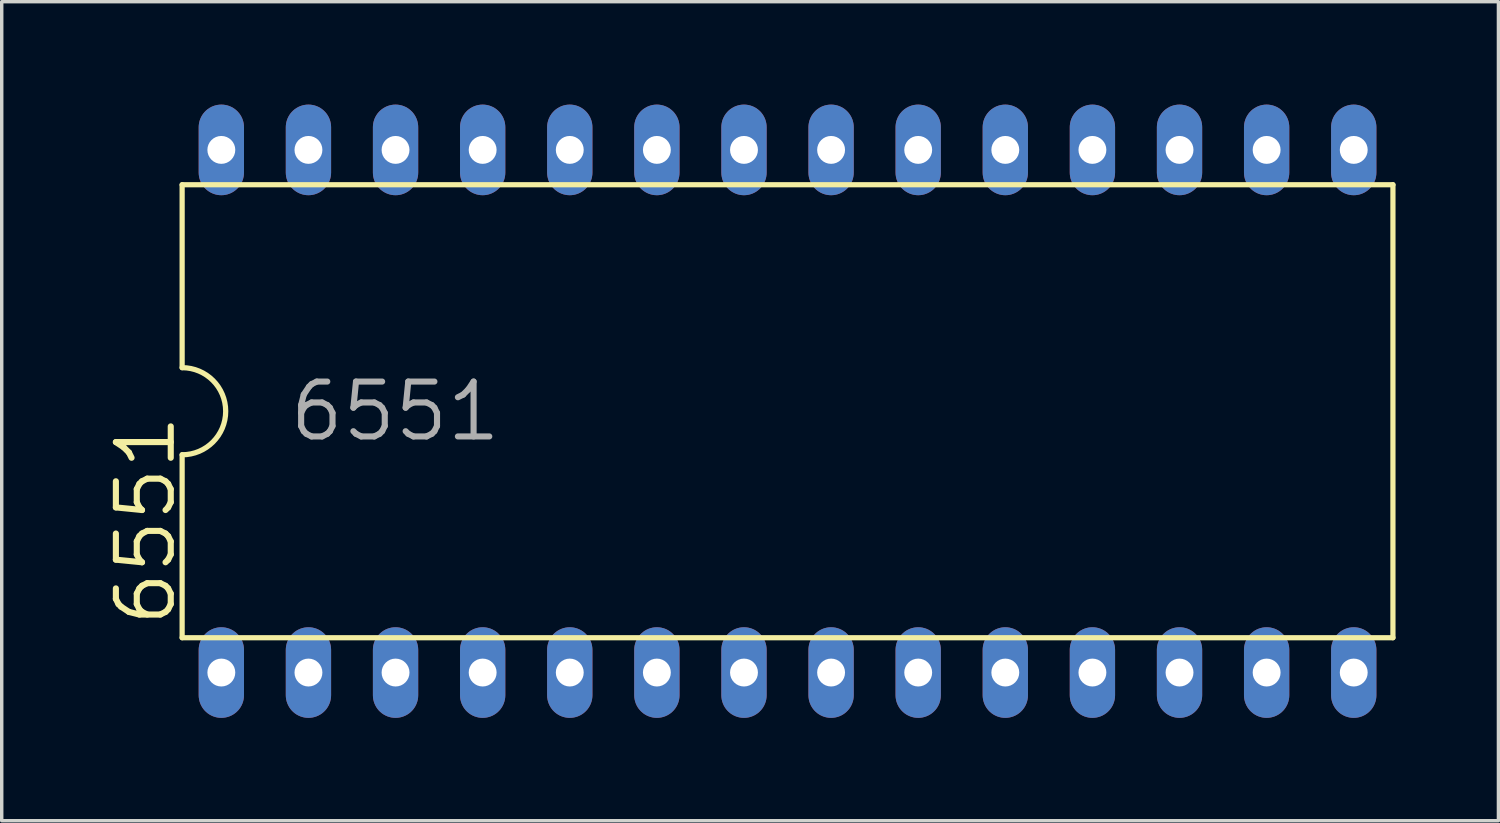
<source format=kicad_pcb>
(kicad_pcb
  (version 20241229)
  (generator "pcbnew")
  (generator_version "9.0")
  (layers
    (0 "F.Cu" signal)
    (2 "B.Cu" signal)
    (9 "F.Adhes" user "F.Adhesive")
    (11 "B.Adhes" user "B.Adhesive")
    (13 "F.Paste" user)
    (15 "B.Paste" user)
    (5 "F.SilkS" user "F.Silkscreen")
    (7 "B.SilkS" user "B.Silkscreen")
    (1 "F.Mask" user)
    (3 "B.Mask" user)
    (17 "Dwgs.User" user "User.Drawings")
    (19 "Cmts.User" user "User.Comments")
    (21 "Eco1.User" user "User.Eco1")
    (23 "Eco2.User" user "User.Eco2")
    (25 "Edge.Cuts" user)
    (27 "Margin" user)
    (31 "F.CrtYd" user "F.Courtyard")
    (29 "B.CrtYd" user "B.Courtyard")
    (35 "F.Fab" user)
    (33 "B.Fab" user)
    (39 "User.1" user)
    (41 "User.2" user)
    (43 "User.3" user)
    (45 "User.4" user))
  (footprint "6551"
    (layer "F.Cu")
    (at 19.914 8.941)
    (property "Reference" "6551" (at -17.78 6.35 90) (layer "F.SilkS") (effects (font (size 1.6 1.6) (thickness 0.178)) (justify left bottom)))
    (fp_line (start -17.653 -6.604) (end -17.653 -1.27) (stroke (width 0.152) (type solid)) (layer "F.SilkS"))
    (fp_line (start -17.653 -6.604) (end 17.653 -6.604) (stroke (width 0.152) (type solid)) (layer "F.SilkS"))
    (fp_line (start -17.653 1.27) (end -17.653 6.604) (stroke (width 0.152) (type solid)) (layer "F.SilkS"))
    (fp_line (start -17.653 6.604) (end 17.653 6.604) (stroke (width 0.152) (type solid)) (layer "F.SilkS"))
    (fp_line (start 17.653 6.604) (end 17.653 -6.604) (stroke (width 0.152) (type solid)) (layer "F.SilkS"))
    (fp_arc (start -17.653 -1.27) (mid -16.383 0) (end -17.653 1.27) (stroke (width 0.1524) (type solid)) (layer "F.SilkS"))
    (fp_text user "6551" (at -14.605 0.94 0) (layer "F.Fab") (effects (font (size 1.6 1.6) (thickness 0.178)) (justify left bottom)))
    (pad "1" thru_hole oval (at -16.51 7.62 90) (size 2.642 1.321) (drill 0.813) (layers "*.Cu" "*.Mask"))
    (pad "2" thru_hole oval (at -13.97 7.62 90) (size 2.642 1.321) (drill 0.813) (layers "*.Cu" "*.Mask"))
    (pad "3" thru_hole oval (at -11.43 7.62 90) (size 2.642 1.321) (drill 0.813) (layers "*.Cu" "*.Mask"))
    (pad "4" thru_hole oval (at -8.89 7.62 90) (size 2.642 1.321) (drill 0.813) (layers "*.Cu" "*.Mask"))
    (pad "5" thru_hole oval (at -6.35 7.62 90) (size 2.642 1.321) (drill 0.813) (layers "*.Cu" "*.Mask"))
    (pad "6" thru_hole oval (at -3.81 7.62 90) (size 2.642 1.321) (drill 0.813) (layers "*.Cu" "*.Mask"))
    (pad "7" thru_hole oval (at -1.27 7.62 90) (size 2.642 1.321) (drill 0.813) (layers "*.Cu" "*.Mask"))
    (pad "8" thru_hole oval (at 1.27 7.62 90) (size 2.642 1.321) (drill 0.813) (layers "*.Cu" "*.Mask"))
    (pad "9" thru_hole oval (at 3.81 7.62 90) (size 2.642 1.321) (drill 0.813) (layers "*.Cu" "*.Mask"))
    (pad "10" thru_hole oval (at 6.35 7.62 90) (size 2.642 1.321) (drill 0.813) (layers "*.Cu" "*.Mask"))
    (pad "11" thru_hole oval (at 8.89 7.62 90) (size 2.642 1.321) (drill 0.813) (layers "*.Cu" "*.Mask"))
    (pad "12" thru_hole oval (at 11.43 7.62 90) (size 2.642 1.321) (drill 0.813) (layers "*.Cu" "*.Mask"))
    (pad "13" thru_hole oval (at 13.97 7.62 90) (size 2.642 1.321) (drill 0.813) (layers "*.Cu" "*.Mask"))
    (pad "14" thru_hole oval (at 16.51 7.62 90) (size 2.642 1.321) (drill 0.813) (layers "*.Cu" "*.Mask"))
    (pad "15" thru_hole oval (at 16.51 -7.62 90) (size 2.642 1.321) (drill 0.813) (layers "*.Cu" "*.Mask"))
    (pad "16" thru_hole oval (at 13.97 -7.62 90) (size 2.642 1.321) (drill 0.813) (layers "*.Cu" "*.Mask"))
    (pad "17" thru_hole oval (at 11.43 -7.62 90) (size 2.642 1.321) (drill 0.813) (layers "*.Cu" "*.Mask"))
    (pad "18" thru_hole oval (at 8.89 -7.62 90) (size 2.642 1.321) (drill 0.813) (layers "*.Cu" "*.Mask"))
    (pad "19" thru_hole oval (at 6.35 -7.62 90) (size 2.642 1.321) (drill 0.813) (layers "*.Cu" "*.Mask"))
    (pad "20" thru_hole oval (at 3.81 -7.62 90) (size 2.642 1.321) (drill 0.813) (layers "*.Cu" "*.Mask"))
    (pad "21" thru_hole oval (at 1.27 -7.62 90) (size 2.642 1.321) (drill 0.813) (layers "*.Cu" "*.Mask"))
    (pad "22" thru_hole oval (at -1.27 -7.62 90) (size 2.642 1.321) (drill 0.813) (layers "*.Cu" "*.Mask"))
    (pad "23" thru_hole oval (at -3.81 -7.62 90) (size 2.642 1.321) (drill 0.813) (layers "*.Cu" "*.Mask"))
    (pad "24" thru_hole oval (at -6.35 -7.62 90) (size 2.642 1.321) (drill 0.813) (layers "*.Cu" "*.Mask"))
    (pad "25" thru_hole oval (at -8.89 -7.62 90) (size 2.642 1.321) (drill 0.813) (layers "*.Cu" "*.Mask"))
    (pad "26" thru_hole oval (at -11.43 -7.62 90) (size 2.642 1.321) (drill 0.813) (layers "*.Cu" "*.Mask"))
    (pad "27" thru_hole oval (at -13.97 -7.62 90) (size 2.642 1.321) (drill 0.813) (layers "*.Cu" "*.Mask"))
    (pad "28" thru_hole oval (at -16.51 -7.62 90) (size 2.642 1.321) (drill 0.813) (layers "*.Cu" "*.Mask")))
  (gr_rect
    (start -3 -3)
    (end 40.643 20.882)
    (stroke (width 0.1) (type default))
    (fill no)
    (layer "Edge.Cuts")))
</source>
